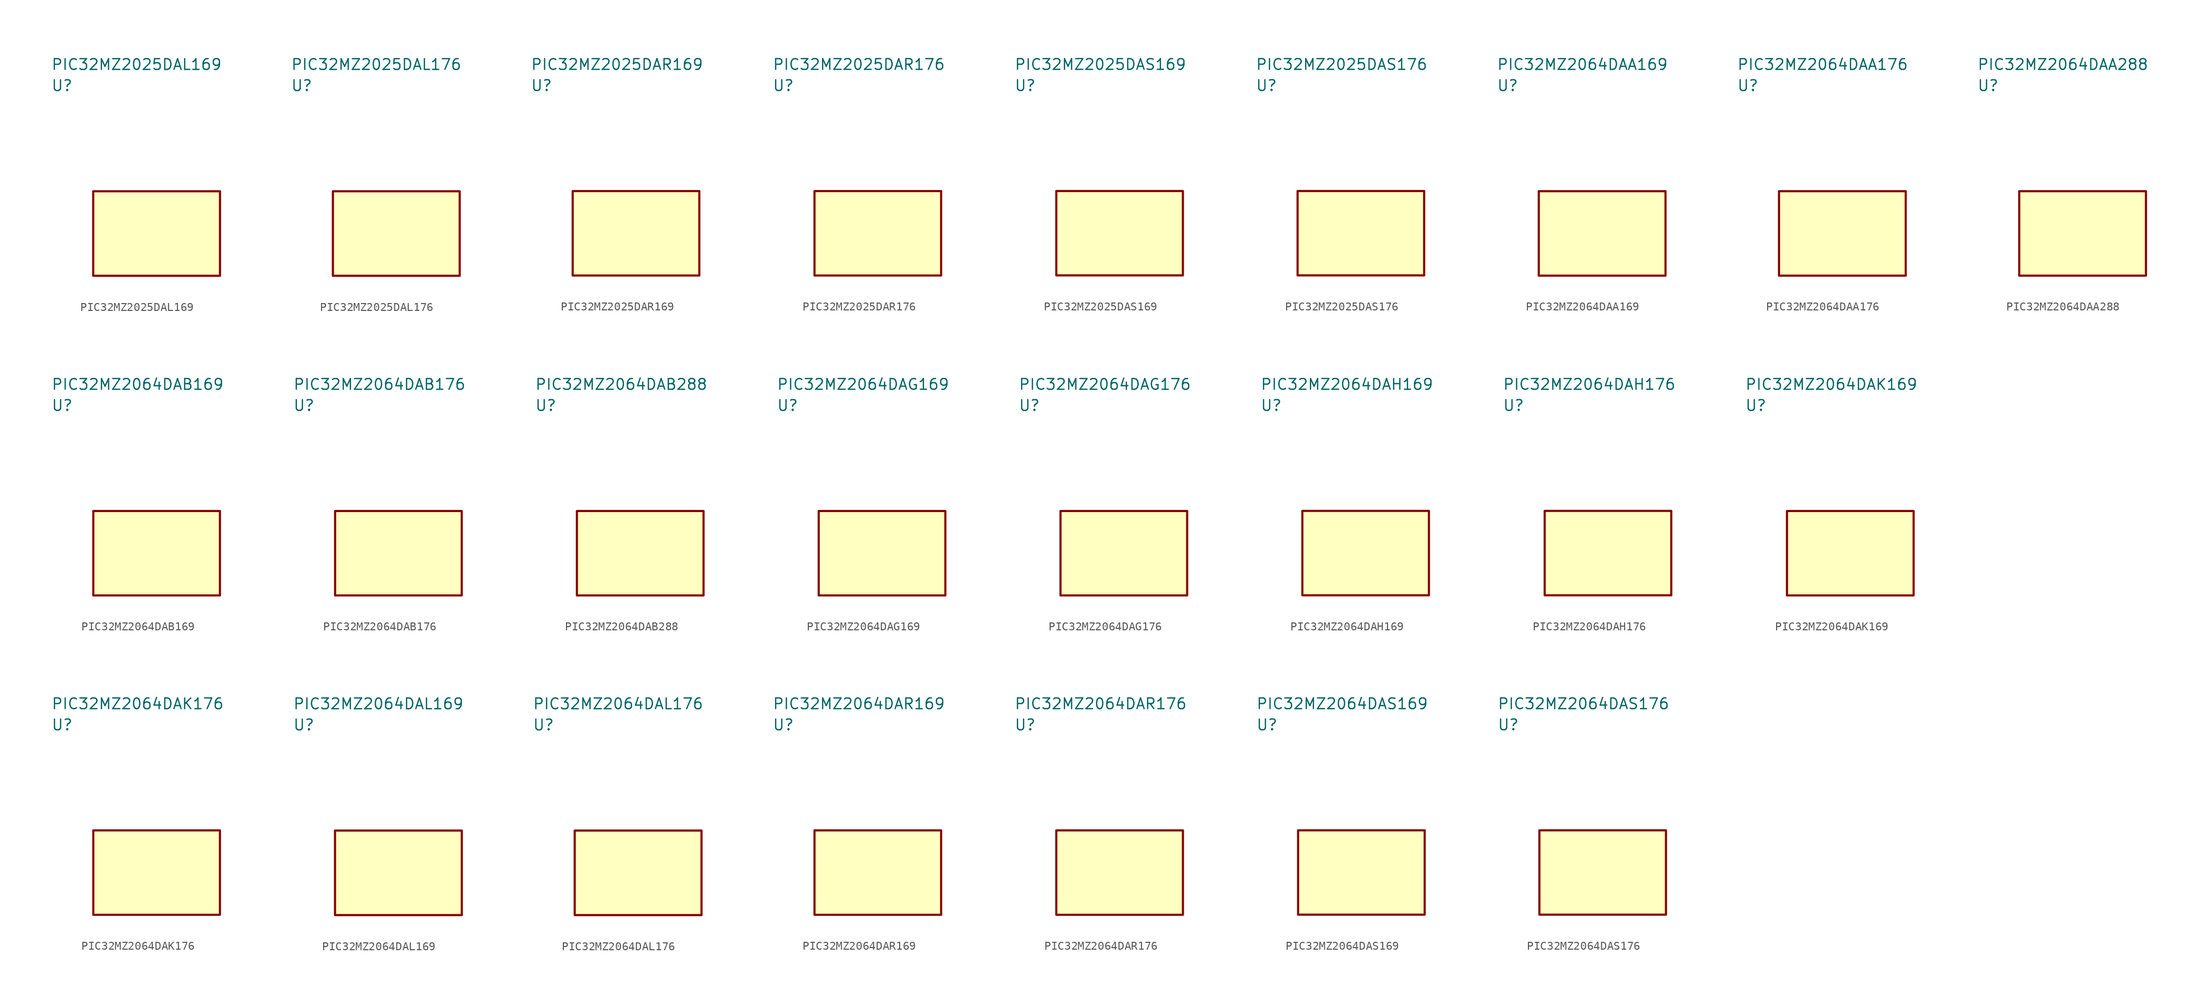
<source format=kicad_sym>
(kicad_symbol_lib
  (version 20241025)
  (generator "kicad_symbol_editor")
  (generator_version "8.0")
  (symbol "PIC32MZ2025DAL169"
    (property "Reference" "U"
      (at -12.5 17.5 0)
      (effects (font (size 1.27 1.27)) (justify left)))
    (property "Value" "PIC32MZ2025DAL169"
      (at -12.5 20.0 0)
      (effects (font (size 1.27 1.27)) (justify left)))
    (symbol "PIC32MZ2025DAL169_0_1"
      (rectangle (start -7.5 5.0) (end 7.5 -5.0) (stroke (width 0.254) (type default)) (fill (type background))))
    (symbol "PIC32MZ2025DAL169_1_1"))
  (symbol "PIC32MZ2025DAL176"
    (property "Reference" "U"
      (at -12.5 17.5 0)
      (effects (font (size 1.27 1.27)) (justify left)))
    (property "Value" "PIC32MZ2025DAL176"
      (at -12.5 20.0 0)
      (effects (font (size 1.27 1.27)) (justify left)))
    (symbol "PIC32MZ2025DAL176_0_1"
      (rectangle (start -7.5 5.0) (end 7.5 -5.0) (stroke (width 0.254) (type default)) (fill (type background))))
    (symbol "PIC32MZ2025DAL176_1_1"))
  (symbol "PIC32MZ2025DAR169"
    (property "Reference" "U"
      (at -12.5 17.5 0)
      (effects (font (size 1.27 1.27)) (justify left)))
    (property "Value" "PIC32MZ2025DAR169"
      (at -12.5 20.0 0)
      (effects (font (size 1.27 1.27)) (justify left)))
    (symbol "PIC32MZ2025DAR169_0_1"
      (rectangle (start -7.5 5.0) (end 7.5 -5.0) (stroke (width 0.254) (type default)) (fill (type background))))
    (symbol "PIC32MZ2025DAR169_1_1"))
  (symbol "PIC32MZ2025DAR176"
    (property "Reference" "U"
      (at -12.5 17.5 0)
      (effects (font (size 1.27 1.27)) (justify left)))
    (property "Value" "PIC32MZ2025DAR176"
      (at -12.5 20.0 0)
      (effects (font (size 1.27 1.27)) (justify left)))
    (symbol "PIC32MZ2025DAR176_0_1"
      (rectangle (start -7.5 5.0) (end 7.5 -5.0) (stroke (width 0.254) (type default)) (fill (type background))))
    (symbol "PIC32MZ2025DAR176_1_1"))
  (symbol "PIC32MZ2025DAS169"
    (property "Reference" "U"
      (at -12.5 17.5 0)
      (effects (font (size 1.27 1.27)) (justify left)))
    (property "Value" "PIC32MZ2025DAS169"
      (at -12.5 20.0 0)
      (effects (font (size 1.27 1.27)) (justify left)))
    (symbol "PIC32MZ2025DAS169_0_1"
      (rectangle (start -7.5 5.0) (end 7.5 -5.0) (stroke (width 0.254) (type default)) (fill (type background))))
    (symbol "PIC32MZ2025DAS169_1_1"))
  (symbol "PIC32MZ2025DAS176"
    (property "Reference" "U"
      (at -12.5 17.5 0)
      (effects (font (size 1.27 1.27)) (justify left)))
    (property "Value" "PIC32MZ2025DAS176"
      (at -12.5 20.0 0)
      (effects (font (size 1.27 1.27)) (justify left)))
    (symbol "PIC32MZ2025DAS176_0_1"
      (rectangle (start -7.5 5.0) (end 7.5 -5.0) (stroke (width 0.254) (type default)) (fill (type background))))
    (symbol "PIC32MZ2025DAS176_1_1"))
  (symbol "PIC32MZ2064DAA169"
    (property "Reference" "U"
      (at -12.5 17.5 0)
      (effects (font (size 1.27 1.27)) (justify left)))
    (property "Value" "PIC32MZ2064DAA169"
      (at -12.5 20.0 0)
      (effects (font (size 1.27 1.27)) (justify left)))
    (symbol "PIC32MZ2064DAA169_0_1"
      (rectangle (start -7.5 5.0) (end 7.5 -5.0) (stroke (width 0.254) (type default)) (fill (type background))))
    (symbol "PIC32MZ2064DAA169_1_1"))
  (symbol "PIC32MZ2064DAA176"
    (property "Reference" "U"
      (at -12.5 17.5 0)
      (effects (font (size 1.27 1.27)) (justify left)))
    (property "Value" "PIC32MZ2064DAA176"
      (at -12.5 20.0 0)
      (effects (font (size 1.27 1.27)) (justify left)))
    (symbol "PIC32MZ2064DAA176_0_1"
      (rectangle (start -7.5 5.0) (end 7.5 -5.0) (stroke (width 0.254) (type default)) (fill (type background))))
    (symbol "PIC32MZ2064DAA176_1_1"))
  (symbol "PIC32MZ2064DAA288"
    (property "Reference" "U"
      (at -12.5 17.5 0)
      (effects (font (size 1.27 1.27)) (justify left)))
    (property "Value" "PIC32MZ2064DAA288"
      (at -12.5 20.0 0)
      (effects (font (size 1.27 1.27)) (justify left)))
    (symbol "PIC32MZ2064DAA288_0_1"
      (rectangle (start -7.5 5.0) (end 7.5 -5.0) (stroke (width 0.254) (type default)) (fill (type background))))
    (symbol "PIC32MZ2064DAA288_1_1"))
  (symbol "PIC32MZ2064DAB169"
    (property "Reference" "U"
      (at -12.5 17.5 0)
      (effects (font (size 1.27 1.27)) (justify left)))
    (property "Value" "PIC32MZ2064DAB169"
      (at -12.5 20.0 0)
      (effects (font (size 1.27 1.27)) (justify left)))
    (symbol "PIC32MZ2064DAB169_0_1"
      (rectangle (start -7.5 5.0) (end 7.5 -5.0) (stroke (width 0.254) (type default)) (fill (type background))))
    (symbol "PIC32MZ2064DAB169_1_1"))
  (symbol "PIC32MZ2064DAB176"
    (property "Reference" "U"
      (at -12.5 17.5 0)
      (effects (font (size 1.27 1.27)) (justify left)))
    (property "Value" "PIC32MZ2064DAB176"
      (at -12.5 20.0 0)
      (effects (font (size 1.27 1.27)) (justify left)))
    (symbol "PIC32MZ2064DAB176_0_1"
      (rectangle (start -7.5 5.0) (end 7.5 -5.0) (stroke (width 0.254) (type default)) (fill (type background))))
    (symbol "PIC32MZ2064DAB176_1_1"))
  (symbol "PIC32MZ2064DAB288"
    (property "Reference" "U"
      (at -12.5 17.5 0)
      (effects (font (size 1.27 1.27)) (justify left)))
    (property "Value" "PIC32MZ2064DAB288"
      (at -12.5 20.0 0)
      (effects (font (size 1.27 1.27)) (justify left)))
    (symbol "PIC32MZ2064DAB288_0_1"
      (rectangle (start -7.5 5.0) (end 7.5 -5.0) (stroke (width 0.254) (type default)) (fill (type background))))
    (symbol "PIC32MZ2064DAB288_1_1"))
  (symbol "PIC32MZ2064DAG169"
    (property "Reference" "U"
      (at -12.5 17.5 0)
      (effects (font (size 1.27 1.27)) (justify left)))
    (property "Value" "PIC32MZ2064DAG169"
      (at -12.5 20.0 0)
      (effects (font (size 1.27 1.27)) (justify left)))
    (symbol "PIC32MZ2064DAG169_0_1"
      (rectangle (start -7.5 5.0) (end 7.5 -5.0) (stroke (width 0.254) (type default)) (fill (type background))))
    (symbol "PIC32MZ2064DAG169_1_1"))
  (symbol "PIC32MZ2064DAG176"
    (property "Reference" "U"
      (at -12.5 17.5 0)
      (effects (font (size 1.27 1.27)) (justify left)))
    (property "Value" "PIC32MZ2064DAG176"
      (at -12.5 20.0 0)
      (effects (font (size 1.27 1.27)) (justify left)))
    (symbol "PIC32MZ2064DAG176_0_1"
      (rectangle (start -7.5 5.0) (end 7.5 -5.0) (stroke (width 0.254) (type default)) (fill (type background))))
    (symbol "PIC32MZ2064DAG176_1_1"))
  (symbol "PIC32MZ2064DAH169"
    (property "Reference" "U"
      (at -12.5 17.5 0)
      (effects (font (size 1.27 1.27)) (justify left)))
    (property "Value" "PIC32MZ2064DAH169"
      (at -12.5 20.0 0)
      (effects (font (size 1.27 1.27)) (justify left)))
    (symbol "PIC32MZ2064DAH169_0_1"
      (rectangle (start -7.5 5.0) (end 7.5 -5.0) (stroke (width 0.254) (type default)) (fill (type background))))
    (symbol "PIC32MZ2064DAH169_1_1"))
  (symbol "PIC32MZ2064DAH176"
    (property "Reference" "U"
      (at -12.5 17.5 0)
      (effects (font (size 1.27 1.27)) (justify left)))
    (property "Value" "PIC32MZ2064DAH176"
      (at -12.5 20.0 0)
      (effects (font (size 1.27 1.27)) (justify left)))
    (symbol "PIC32MZ2064DAH176_0_1"
      (rectangle (start -7.5 5.0) (end 7.5 -5.0) (stroke (width 0.254) (type default)) (fill (type background))))
    (symbol "PIC32MZ2064DAH176_1_1"))
  (symbol "PIC32MZ2064DAK169"
    (property "Reference" "U"
      (at -12.5 17.5 0)
      (effects (font (size 1.27 1.27)) (justify left)))
    (property "Value" "PIC32MZ2064DAK169"
      (at -12.5 20.0 0)
      (effects (font (size 1.27 1.27)) (justify left)))
    (symbol "PIC32MZ2064DAK169_0_1"
      (rectangle (start -7.5 5.0) (end 7.5 -5.0) (stroke (width 0.254) (type default)) (fill (type background))))
    (symbol "PIC32MZ2064DAK169_1_1"))
  (symbol "PIC32MZ2064DAK176"
    (property "Reference" "U"
      (at -12.5 17.5 0)
      (effects (font (size 1.27 1.27)) (justify left)))
    (property "Value" "PIC32MZ2064DAK176"
      (at -12.5 20.0 0)
      (effects (font (size 1.27 1.27)) (justify left)))
    (symbol "PIC32MZ2064DAK176_0_1"
      (rectangle (start -7.5 5.0) (end 7.5 -5.0) (stroke (width 0.254) (type default)) (fill (type background))))
    (symbol "PIC32MZ2064DAK176_1_1"))
  (symbol "PIC32MZ2064DAL169"
    (property "Reference" "U"
      (at -12.5 17.5 0)
      (effects (font (size 1.27 1.27)) (justify left)))
    (property "Value" "PIC32MZ2064DAL169"
      (at -12.5 20.0 0)
      (effects (font (size 1.27 1.27)) (justify left)))
    (symbol "PIC32MZ2064DAL169_0_1"
      (rectangle (start -7.5 5.0) (end 7.5 -5.0) (stroke (width 0.254) (type default)) (fill (type background))))
    (symbol "PIC32MZ2064DAL169_1_1"))
  (symbol "PIC32MZ2064DAL176"
    (property "Reference" "U"
      (at -12.5 17.5 0)
      (effects (font (size 1.27 1.27)) (justify left)))
    (property "Value" "PIC32MZ2064DAL176"
      (at -12.5 20.0 0)
      (effects (font (size 1.27 1.27)) (justify left)))
    (symbol "PIC32MZ2064DAL176_0_1"
      (rectangle (start -7.5 5.0) (end 7.5 -5.0) (stroke (width 0.254) (type default)) (fill (type background))))
    (symbol "PIC32MZ2064DAL176_1_1"))
  (symbol "PIC32MZ2064DAR169"
    (property "Reference" "U"
      (at -12.5 17.5 0)
      (effects (font (size 1.27 1.27)) (justify left)))
    (property "Value" "PIC32MZ2064DAR169"
      (at -12.5 20.0 0)
      (effects (font (size 1.27 1.27)) (justify left)))
    (symbol "PIC32MZ2064DAR169_0_1"
      (rectangle (start -7.5 5.0) (end 7.5 -5.0) (stroke (width 0.254) (type default)) (fill (type background))))
    (symbol "PIC32MZ2064DAR169_1_1"))
  (symbol "PIC32MZ2064DAR176"
    (property "Reference" "U"
      (at -12.5 17.5 0)
      (effects (font (size 1.27 1.27)) (justify left)))
    (property "Value" "PIC32MZ2064DAR176"
      (at -12.5 20.0 0)
      (effects (font (size 1.27 1.27)) (justify left)))
    (symbol "PIC32MZ2064DAR176_0_1"
      (rectangle (start -7.5 5.0) (end 7.5 -5.0) (stroke (width 0.254) (type default)) (fill (type background))))
    (symbol "PIC32MZ2064DAR176_1_1"))
  (symbol "PIC32MZ2064DAS169"
    (property "Reference" "U"
      (at -12.5 17.5 0)
      (effects (font (size 1.27 1.27)) (justify left)))
    (property "Value" "PIC32MZ2064DAS169"
      (at -12.5 20.0 0)
      (effects (font (size 1.27 1.27)) (justify left)))
    (symbol "PIC32MZ2064DAS169_0_1"
      (rectangle (start -7.5 5.0) (end 7.5 -5.0) (stroke (width 0.254) (type default)) (fill (type background))))
    (symbol "PIC32MZ2064DAS169_1_1"))
  (symbol "PIC32MZ2064DAS176"
    (property "Reference" "U"
      (at -12.5 17.5 0)
      (effects (font (size 1.27 1.27)) (justify left)))
    (property "Value" "PIC32MZ2064DAS176"
      (at -12.5 20.0 0)
      (effects (font (size 1.27 1.27)) (justify left)))
    (symbol "PIC32MZ2064DAS176_0_1"
      (rectangle (start -7.5 5.0) (end 7.5 -5.0) (stroke (width 0.254) (type default)) (fill (type background))))
    (symbol "PIC32MZ2064DAS176_1_1")))
</source>
